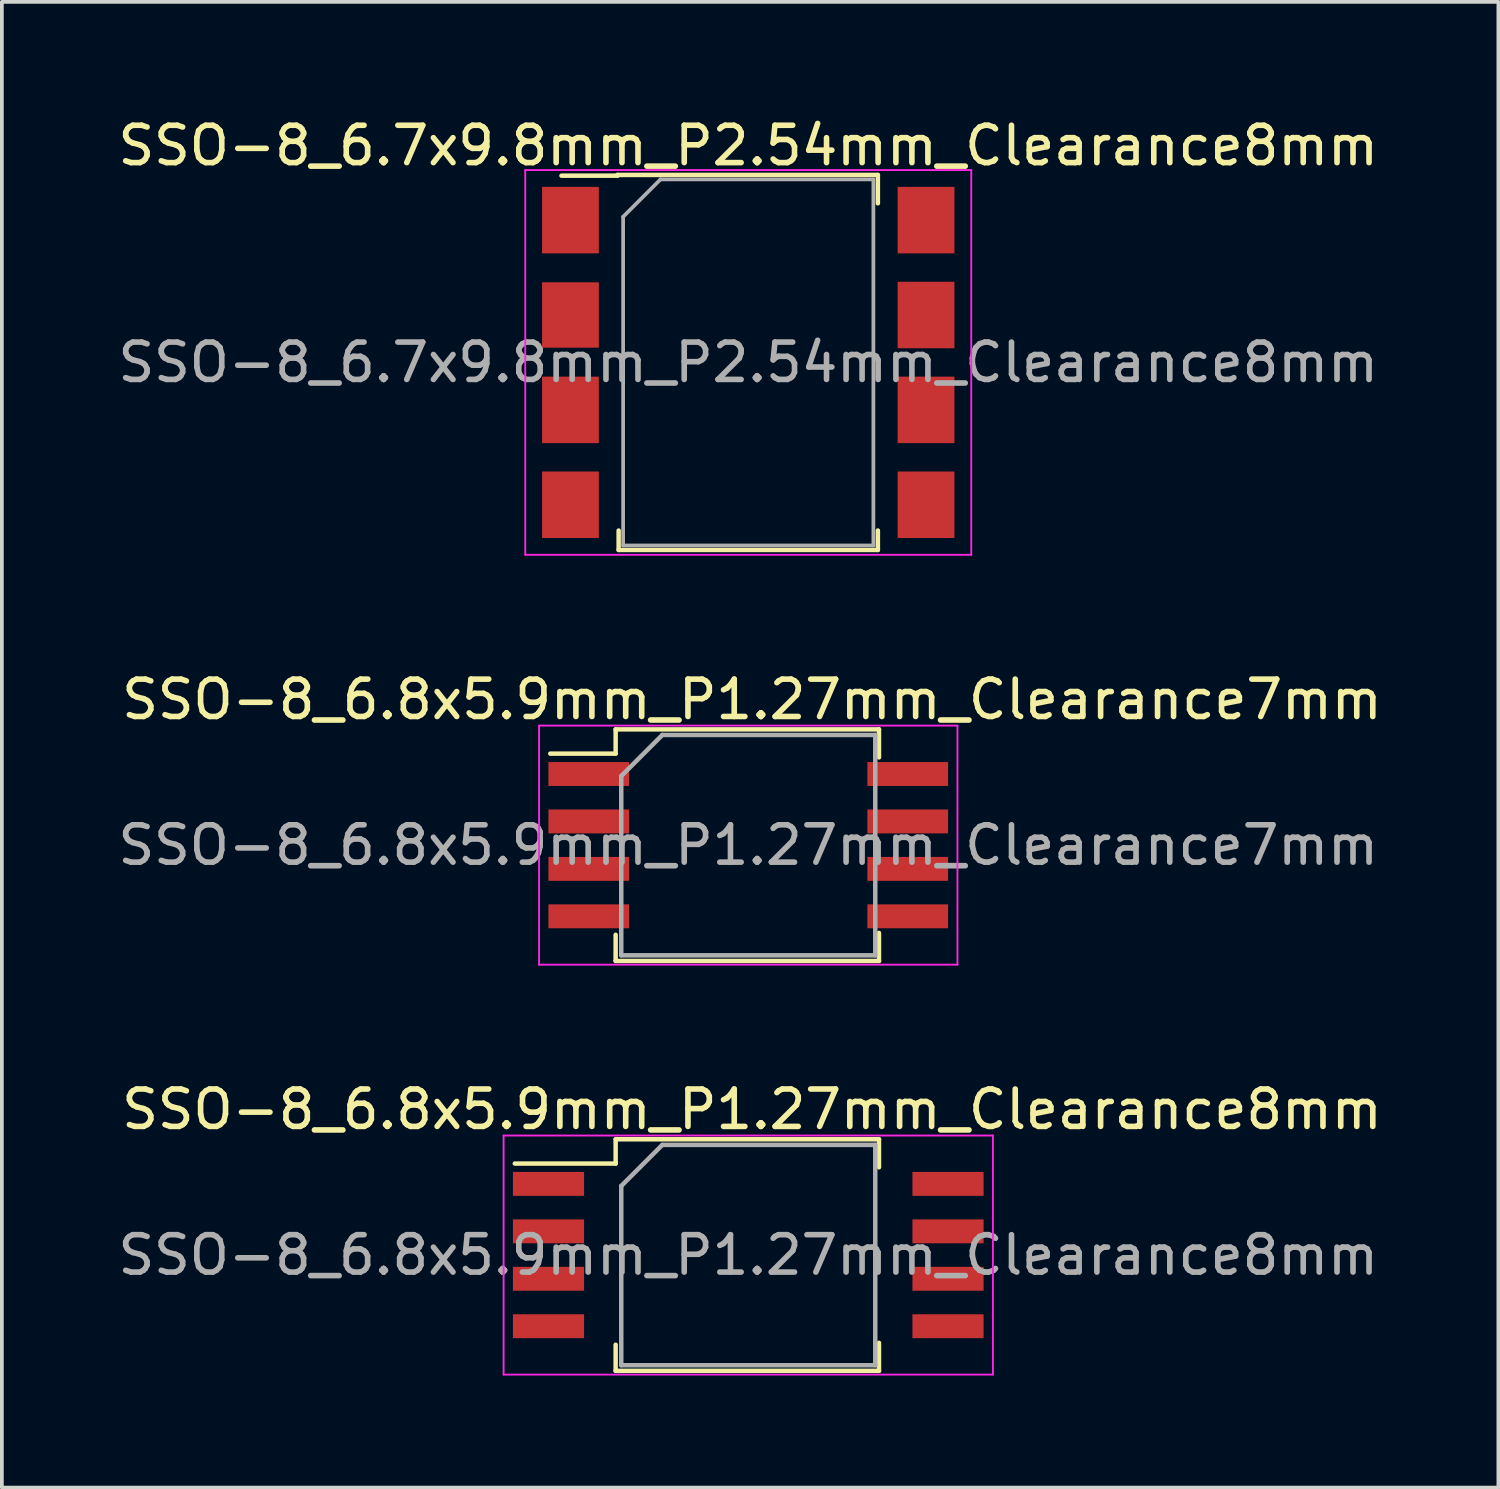
<source format=kicad_pcb>
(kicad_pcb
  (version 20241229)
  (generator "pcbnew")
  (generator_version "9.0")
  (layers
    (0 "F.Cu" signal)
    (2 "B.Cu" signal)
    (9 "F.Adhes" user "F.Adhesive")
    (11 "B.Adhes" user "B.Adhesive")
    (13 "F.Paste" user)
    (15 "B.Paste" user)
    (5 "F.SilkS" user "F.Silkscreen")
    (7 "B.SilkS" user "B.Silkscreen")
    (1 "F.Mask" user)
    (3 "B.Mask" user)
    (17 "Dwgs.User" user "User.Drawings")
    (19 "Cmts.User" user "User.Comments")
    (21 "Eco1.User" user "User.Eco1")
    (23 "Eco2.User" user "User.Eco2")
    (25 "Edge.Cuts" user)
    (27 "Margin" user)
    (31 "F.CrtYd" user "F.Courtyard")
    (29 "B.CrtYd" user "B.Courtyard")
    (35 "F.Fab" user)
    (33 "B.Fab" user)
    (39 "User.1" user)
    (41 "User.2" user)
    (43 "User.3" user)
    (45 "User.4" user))
  (footprint "SSO-8_6.8x5.9mm_P1.27mm_Clearance8mm"
    (layer "F.Cu")
    (at 16.982 30.55)
    (property "Reference" "SSO-8_6.8x5.9mm_P1.27mm_Clearance8mm" (at 0.1 -3.9 0) (layer "F.SilkS") (effects (font (size 1 1) (thickness 0.15))))
    (attr smd)
    (fp_line (start -3.55 -3.1) (end -3.55 -2.45) (stroke (width 0.12) (type solid)) (layer "F.SilkS"))
    (fp_line (start -3.55 -2.45) (end -6.25 -2.45) (stroke (width 0.12) (type solid)) (layer "F.SilkS"))
    (fp_line (start -3.55 2.4) (end -3.55 3.1) (stroke (width 0.12) (type solid)) (layer "F.SilkS"))
    (fp_line (start -3.55 3.1) (end 3.5 3.1) (stroke (width 0.12) (type solid)) (layer "F.SilkS"))
    (fp_line (start 3.5 -3.1) (end -3.55 -3.1) (stroke (width 0.12) (type solid)) (layer "F.SilkS"))
    (fp_line (start 3.5 -2.35) (end 3.5 -3.1) (stroke (width 0.12) (type solid)) (layer "F.SilkS"))
    (fp_line (start 3.5 3.1) (end 3.5 2.35) (stroke (width 0.12) (type solid)) (layer "F.SilkS"))
    (fp_line (start -6.55 -3.2) (end -6.55 3.2) (stroke (width 0.05) (type solid)) (layer "F.CrtYd"))
    (fp_line (start -6.55 -3.2) (end 6.55 -3.2) (stroke (width 0.05) (type solid)) (layer "F.CrtYd"))
    (fp_line (start 6.55 3.2) (end -6.55 3.2) (stroke (width 0.05) (type solid)) (layer "F.CrtYd"))
    (fp_line (start 6.55 3.2) (end 6.55 -3.2) (stroke (width 0.05) (type solid)) (layer "F.CrtYd"))
    (fp_line (start -3.4 -1.85) (end -3.4 2.95) (stroke (width 0.12) (type solid)) (layer "F.Fab"))
    (fp_line (start -3.4 2.95) (end 3.4 2.95) (stroke (width 0.12) (type solid)) (layer "F.Fab"))
    (fp_line (start -2.3 -2.95) (end -3.4 -1.85) (stroke (width 0.12) (type solid)) (layer "F.Fab"))
    (fp_line (start 3.4 -2.95) (end -2.3 -2.95) (stroke (width 0.12) (type solid)) (layer "F.Fab"))
    (fp_line (start 3.4 2.95) (end 3.4 -2.95) (stroke (width 0.12) (type solid)) (layer "F.Fab"))
    (fp_text user "${REFERENCE}" (at 0 0 0) (layer "F.Fab") (effects (font (size 1 1) (thickness 0.15))))
    (pad "1" smd rect (at -5.348 -1.905) (size 1.905 0.64) (layers "F.Cu" "F.Mask" "F.Paste"))
    (pad "2" smd rect (at -5.348 -0.635) (size 1.905 0.64) (layers "F.Cu" "F.Mask" "F.Paste"))
    (pad "3" smd rect (at -5.348 0.635) (size 1.905 0.64) (layers "F.Cu" "F.Mask" "F.Paste"))
    (pad "4" smd rect (at -5.348 1.905) (size 1.905 0.64) (layers "F.Cu" "F.Mask" "F.Paste"))
    (pad "5" smd rect (at 5.348 1.905) (size 1.905 0.64) (layers "F.Cu" "F.Mask" "F.Paste"))
    (pad "6" smd rect (at 5.348 0.635) (size 1.905 0.64) (layers "F.Cu" "F.Mask" "F.Paste"))
    (pad "7" smd rect (at 5.348 -0.635) (size 1.905 0.64) (layers "F.Cu" "F.Mask" "F.Paste"))
    (pad "8" smd rect (at 5.348 -1.905) (size 1.905 0.64) (layers "F.Cu" "F.Mask" "F.Paste")))
  (footprint "SSO-8_6.7x9.8mm_P2.54mm_Clearance8mm"
    (layer "F.Cu")
    (at 16.982 6.653)
    (property "Reference" "SSO-8_6.7x9.8mm_P2.54mm_Clearance8mm" (at 0 -5.805 0) (layer "F.SilkS") (effects (font (size 1 1) (thickness 0.15))))
    (attr smd)
    (fp_line (start -3.5 -5.02) (end -3.5 -5) (stroke (width 0.12) (type solid)) (layer "F.SilkS"))
    (fp_line (start -3.5 -5) (end -5 -5) (stroke (width 0.12) (type solid)) (layer "F.SilkS"))
    (fp_line (start -3.47 4.5) (end -3.47 5.02) (stroke (width 0.12) (type solid)) (layer "F.SilkS"))
    (fp_line (start -3.47 5.02) (end 3.47 5.02) (stroke (width 0.12) (type solid)) (layer "F.SilkS"))
    (fp_line (start 3.47 -5.02) (end -3.5 -5.02) (stroke (width 0.12) (type solid)) (layer "F.SilkS"))
    (fp_line (start 3.47 -4.26) (end 3.47 -5.02) (stroke (width 0.12) (type solid)) (layer "F.SilkS"))
    (fp_line (start 3.47 5.02) (end 3.47 4.5) (stroke (width 0.12) (type solid)) (layer "F.SilkS"))
    (fp_line (start -5.97 -5.15) (end -5.97 5.15) (stroke (width 0.05) (type solid)) (layer "F.CrtYd"))
    (fp_line (start -5.97 -5.15) (end 5.97 -5.15) (stroke (width 0.05) (type solid)) (layer "F.CrtYd"))
    (fp_line (start 5.97 5.15) (end -5.97 5.15) (stroke (width 0.05) (type solid)) (layer "F.CrtYd"))
    (fp_line (start 5.97 5.15) (end 5.97 -5.15) (stroke (width 0.05) (type solid)) (layer "F.CrtYd"))
    (fp_line (start -3.35 -3.9) (end -3.35 4.9) (stroke (width 0.1) (type solid)) (layer "F.Fab"))
    (fp_line (start -3.35 4.9) (end 3.35 4.9) (stroke (width 0.1) (type solid)) (layer "F.Fab"))
    (fp_line (start -2.35 -4.9) (end -3.35 -3.9) (stroke (width 0.1) (type solid)) (layer "F.Fab"))
    (fp_line (start 3.35 -4.9) (end -2.35 -4.9) (stroke (width 0.1) (type solid)) (layer "F.Fab"))
    (fp_line (start 3.35 4.9) (end 3.35 -4.9) (stroke (width 0.1) (type solid)) (layer "F.Fab"))
    (fp_text user "${REFERENCE}" (at 0 0 0) (layer "F.Fab") (effects (font (size 1 1) (thickness 0.15))))
    (pad "1" smd rect (at -4.76 -3.81) (size 1.52 1.78) (layers "F.Cu" "F.Mask" "F.Paste"))
    (pad "2" smd rect (at -4.76 -1.27) (size 1.52 1.75) (layers "F.Cu" "F.Mask" "F.Paste"))
    (pad "3" smd rect (at -4.76 1.27) (size 1.52 1.78) (layers "F.Cu" "F.Mask" "F.Paste"))
    (pad "4" smd rect (at -4.76 3.81) (size 1.52 1.78) (layers "F.Cu" "F.Mask" "F.Paste"))
    (pad "5" smd rect (at 4.76 3.81) (size 1.52 1.78) (layers "F.Cu" "F.Mask" "F.Paste"))
    (pad "6" smd rect (at 4.76 1.27) (size 1.52 1.78) (layers "F.Cu" "F.Mask" "F.Paste"))
    (pad "7" smd rect (at 4.76 -1.27) (size 1.52 1.78) (layers "F.Cu" "F.Mask" "F.Paste"))
    (pad "8" smd rect (at 4.76 -3.81) (size 1.52 1.78) (layers "F.Cu" "F.Mask" "F.Paste")))
  (footprint "SSO-8_6.8x5.9mm_P1.27mm_Clearance7mm"
    (layer "F.Cu")
    (at 16.982 19.576)
    (property "Reference" "SSO-8_6.8x5.9mm_P1.27mm_Clearance7mm" (at 0.1 -3.9 0) (layer "F.SilkS") (effects (font (size 1 1) (thickness 0.15))))
    (attr smd)
    (fp_line (start -3.55 -3.1) (end -3.55 -2.45) (stroke (width 0.12) (type solid)) (layer "F.SilkS"))
    (fp_line (start -3.55 -2.45) (end -5.3 -2.45) (stroke (width 0.12) (type solid)) (layer "F.SilkS"))
    (fp_line (start -3.55 2.4) (end -3.55 3.1) (stroke (width 0.12) (type solid)) (layer "F.SilkS"))
    (fp_line (start -3.55 3.1) (end 3.5 3.1) (stroke (width 0.12) (type solid)) (layer "F.SilkS"))
    (fp_line (start 3.5 -3.1) (end -3.55 -3.1) (stroke (width 0.12) (type solid)) (layer "F.SilkS"))
    (fp_line (start 3.5 -2.35) (end 3.5 -3.1) (stroke (width 0.12) (type solid)) (layer "F.SilkS"))
    (fp_line (start 3.5 3.1) (end 3.5 2.35) (stroke (width 0.12) (type solid)) (layer "F.SilkS"))
    (fp_line (start -5.6 -3.2) (end -5.6 3.2) (stroke (width 0.05) (type solid)) (layer "F.CrtYd"))
    (fp_line (start -5.6 -3.2) (end 5.6 -3.2) (stroke (width 0.05) (type solid)) (layer "F.CrtYd"))
    (fp_line (start 5.6 3.2) (end -5.6 3.2) (stroke (width 0.05) (type solid)) (layer "F.CrtYd"))
    (fp_line (start 5.6 3.2) (end 5.6 -3.2) (stroke (width 0.05) (type solid)) (layer "F.CrtYd"))
    (fp_line (start -3.4 -1.85) (end -3.4 2.95) (stroke (width 0.12) (type solid)) (layer "F.Fab"))
    (fp_line (start -3.4 2.95) (end 3.4 2.95) (stroke (width 0.12) (type solid)) (layer "F.Fab"))
    (fp_line (start -2.3 -2.95) (end -3.4 -1.85) (stroke (width 0.12) (type solid)) (layer "F.Fab"))
    (fp_line (start 3.4 -2.95) (end -2.3 -2.95) (stroke (width 0.12) (type solid)) (layer "F.Fab"))
    (fp_line (start 3.4 2.95) (end 3.4 -2.95) (stroke (width 0.12) (type solid)) (layer "F.Fab"))
    (fp_text user "${REFERENCE}" (at 0 0 0) (layer "F.Fab") (effects (font (size 1 1) (thickness 0.15))))
    (pad "1" smd rect (at -4.27 -1.905) (size 2.16 0.64) (layers "F.Cu" "F.Mask" "F.Paste"))
    (pad "2" smd rect (at -4.27 -0.635) (size 2.16 0.64) (layers "F.Cu" "F.Mask" "F.Paste"))
    (pad "3" smd rect (at -4.27 0.635) (size 2.16 0.64) (layers "F.Cu" "F.Mask" "F.Paste"))
    (pad "4" smd rect (at -4.27 1.905) (size 2.16 0.64) (layers "F.Cu" "F.Mask" "F.Paste"))
    (pad "5" smd rect (at 4.27 1.905) (size 2.16 0.64) (layers "F.Cu" "F.Mask" "F.Paste"))
    (pad "6" smd rect (at 4.27 0.635) (size 2.16 0.64) (layers "F.Cu" "F.Mask" "F.Paste"))
    (pad "7" smd rect (at 4.27 -0.635) (size 2.16 0.64) (layers "F.Cu" "F.Mask" "F.Paste"))
    (pad "8" smd rect (at 4.27 -1.905) (size 2.16 0.64) (layers "F.Cu" "F.Mask" "F.Paste")))
  (gr_rect
    (start -3 -3)
    (end 37.064 36.775)
    (stroke (width 0.1) (type default))
    (fill no)
    (layer "Edge.Cuts")))
</source>
